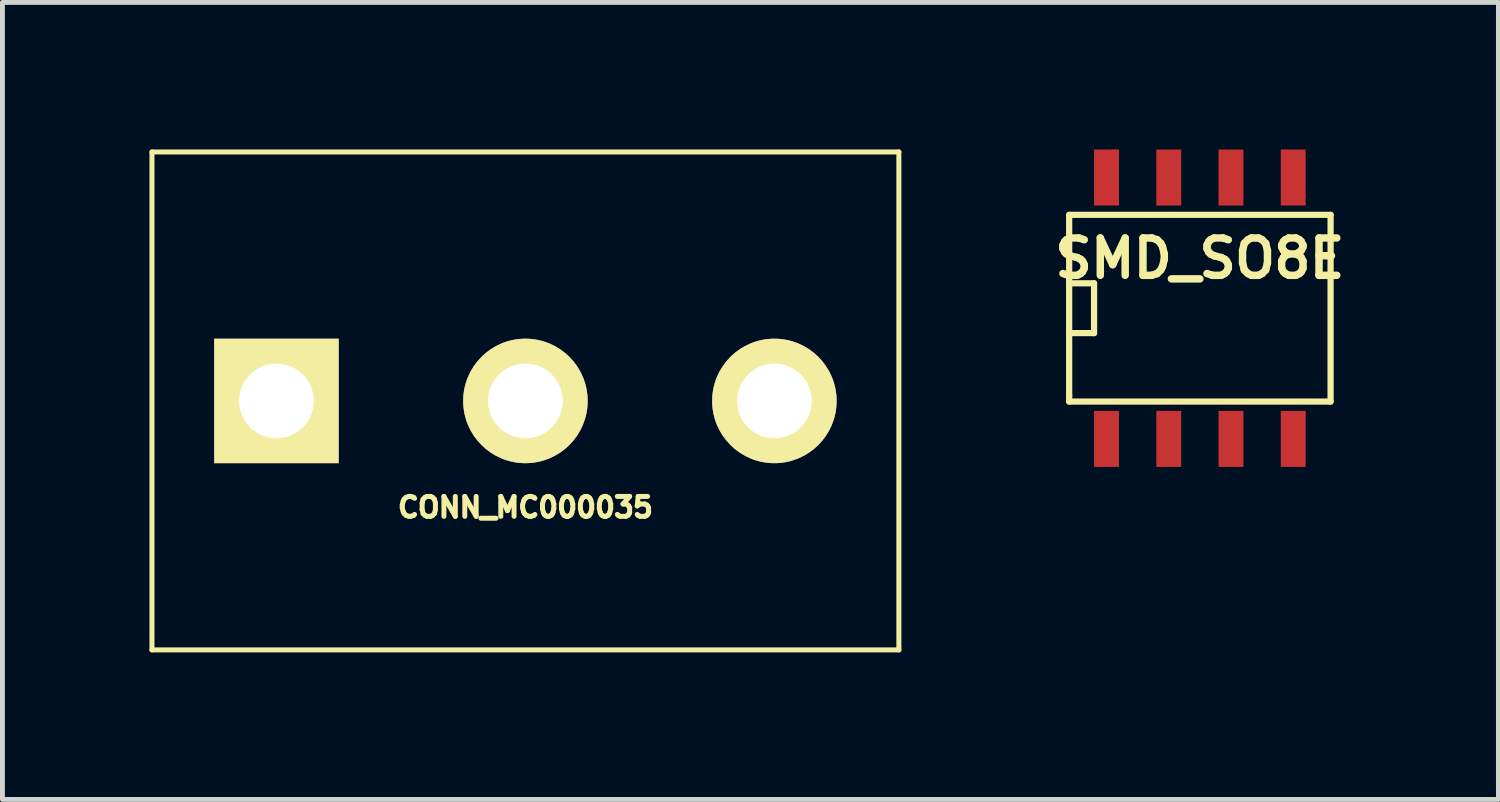
<source format=kicad_pcb>
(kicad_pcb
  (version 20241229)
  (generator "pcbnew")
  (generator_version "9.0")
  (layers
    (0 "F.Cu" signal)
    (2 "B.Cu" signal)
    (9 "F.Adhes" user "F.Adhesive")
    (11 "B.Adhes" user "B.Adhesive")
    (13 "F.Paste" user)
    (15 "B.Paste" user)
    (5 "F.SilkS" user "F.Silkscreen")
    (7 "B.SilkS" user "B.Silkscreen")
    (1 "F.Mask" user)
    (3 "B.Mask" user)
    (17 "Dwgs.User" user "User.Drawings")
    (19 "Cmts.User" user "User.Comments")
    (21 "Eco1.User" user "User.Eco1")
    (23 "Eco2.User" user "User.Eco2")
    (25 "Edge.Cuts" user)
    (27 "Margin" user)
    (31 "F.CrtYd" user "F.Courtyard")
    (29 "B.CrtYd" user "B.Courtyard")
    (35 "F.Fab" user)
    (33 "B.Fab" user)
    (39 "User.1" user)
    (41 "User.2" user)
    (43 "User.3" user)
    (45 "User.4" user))
  (footprint "SMD_SO8E"
    (layer "F.Cu")
    (at 21.433 3.239)
    (property "Reference" "SMD_SO8E" (at 0 -1.016 0) (layer "F.SilkS") (effects (font (size 0.762 0.762) (thickness 0.152))))
    (attr smd)
    (fp_line (start -2.667 -1.905) (end -2.667 1.778) (stroke (width 0.127) (type solid)) (layer "F.SilkS"))
    (fp_line (start -2.667 -0.508) (end -2.159 -0.508) (stroke (width 0.127) (type solid)) (layer "F.SilkS"))
    (fp_line (start -2.667 1.778) (end -2.667 1.905) (stroke (width 0.127) (type solid)) (layer "F.SilkS"))
    (fp_line (start -2.667 1.905) (end 2.667 1.905) (stroke (width 0.127) (type solid)) (layer "F.SilkS"))
    (fp_line (start -2.159 -0.508) (end -2.159 0.508) (stroke (width 0.127) (type solid)) (layer "F.SilkS"))
    (fp_line (start -2.159 0.508) (end -2.667 0.508) (stroke (width 0.127) (type solid)) (layer "F.SilkS"))
    (fp_line (start 2.667 -1.905) (end -2.667 -1.905) (stroke (width 0.127) (type solid)) (layer "F.SilkS"))
    (fp_line (start 2.667 -1.905) (end 2.667 1.905) (stroke (width 0.127) (type solid)) (layer "F.SilkS"))
    (pad "1" smd rect (at -1.905 2.667) (size 0.508 1.143) (layers "F.Cu" "F.Mask" "F.Paste"))
    (pad "2" smd rect (at -0.635 2.667) (size 0.508 1.143) (layers "F.Cu" "F.Mask" "F.Paste"))
    (pad "3" smd rect (at 0.635 2.667) (size 0.508 1.143) (layers "F.Cu" "F.Mask" "F.Paste"))
    (pad "4" smd rect (at 1.905 2.667) (size 0.508 1.143) (layers "F.Cu" "F.Mask" "F.Paste"))
    (pad "5" smd rect (at 1.905 -2.667) (size 0.508 1.143) (layers "F.Cu" "F.Mask" "F.Paste"))
    (pad "6" smd rect (at 0.635 -2.667) (size 0.508 1.143) (layers "F.Cu" "F.Mask" "F.Paste"))
    (pad "7" smd rect (at -0.635 -2.667) (size 0.508 1.143) (layers "F.Cu" "F.Mask" "F.Paste"))
    (pad "8" smd rect (at -1.905 -2.667) (size 0.508 1.143) (layers "F.Cu" "F.Mask" "F.Paste")))
  (footprint "CONN_MC000035"
    (layer "F.Cu")
    (at 7.671 5.131)
    (property "Reference" "CONN_MC000035" (at 0 2.172 0) (layer "F.SilkS") (effects (font (size 0.406 0.406) (thickness 0.102))))
    (attr through_hole)
    (fp_line (start -7.62 -5.08) (end 7.62 -5.08) (stroke (width 0.102) (type solid)) (layer "F.SilkS"))
    (fp_line (start -7.62 5.08) (end -7.62 -5.08) (stroke (width 0.102) (type solid)) (layer "F.SilkS"))
    (fp_line (start -7.62 5.08) (end 7.62 5.08) (stroke (width 0.102) (type solid)) (layer "F.SilkS"))
    (fp_line (start 7.62 -5.08) (end 7.62 5.08) (stroke (width 0.102) (type solid)) (layer "F.SilkS"))
    (pad "1" thru_hole rect (at -5.08 0) (size 2.54 2.54) (drill 1.524) (layers "*.Cu" "*.Mask" "F.SilkS"))
    (pad "2" thru_hole circle (at 0 0) (size 2.54 2.54) (drill 1.524) (layers "*.Cu" "*.Mask" "F.SilkS"))
    (pad "3" thru_hole circle (at 5.08 0) (size 2.54 2.54) (drill 1.524) (layers "*.Cu" "*.Mask" "F.SilkS")))
  (gr_rect
    (start -3 -3)
    (end 27.525 13.262)
    (stroke (width 0.1) (type default))
    (fill no)
    (layer "Edge.Cuts")))
</source>
